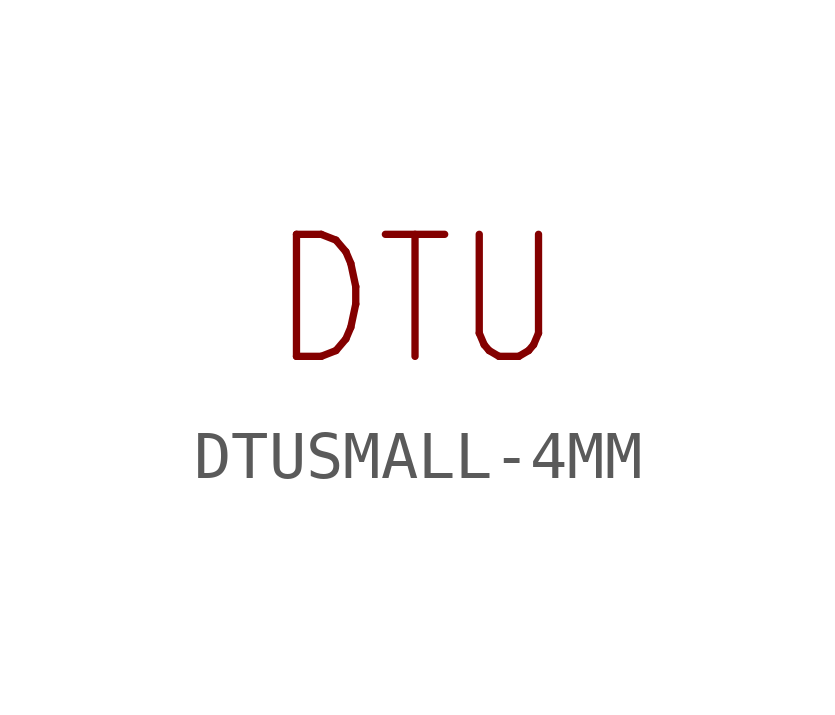
<source format=kicad_sym>
(kicad_symbol_lib
  (version 20220914)
  (generator kicad_symbol_editor)
  (symbol "DTUSMALL-4MM"
    (property "Reference" ""
      (at 0 0 0)
      (effects (font (size 1.27 1.27)) hide))
    (property "ki_locked" ""
      (at 0 0 0)
      (effects (font (size 1.27 1.27))))
    (symbol "DTUSMALL-4MM_1_0"
      (text "DTU" (at 0 0 0) (effects (font (size 2.54 2.159)) (justify bottom))))))
</source>
